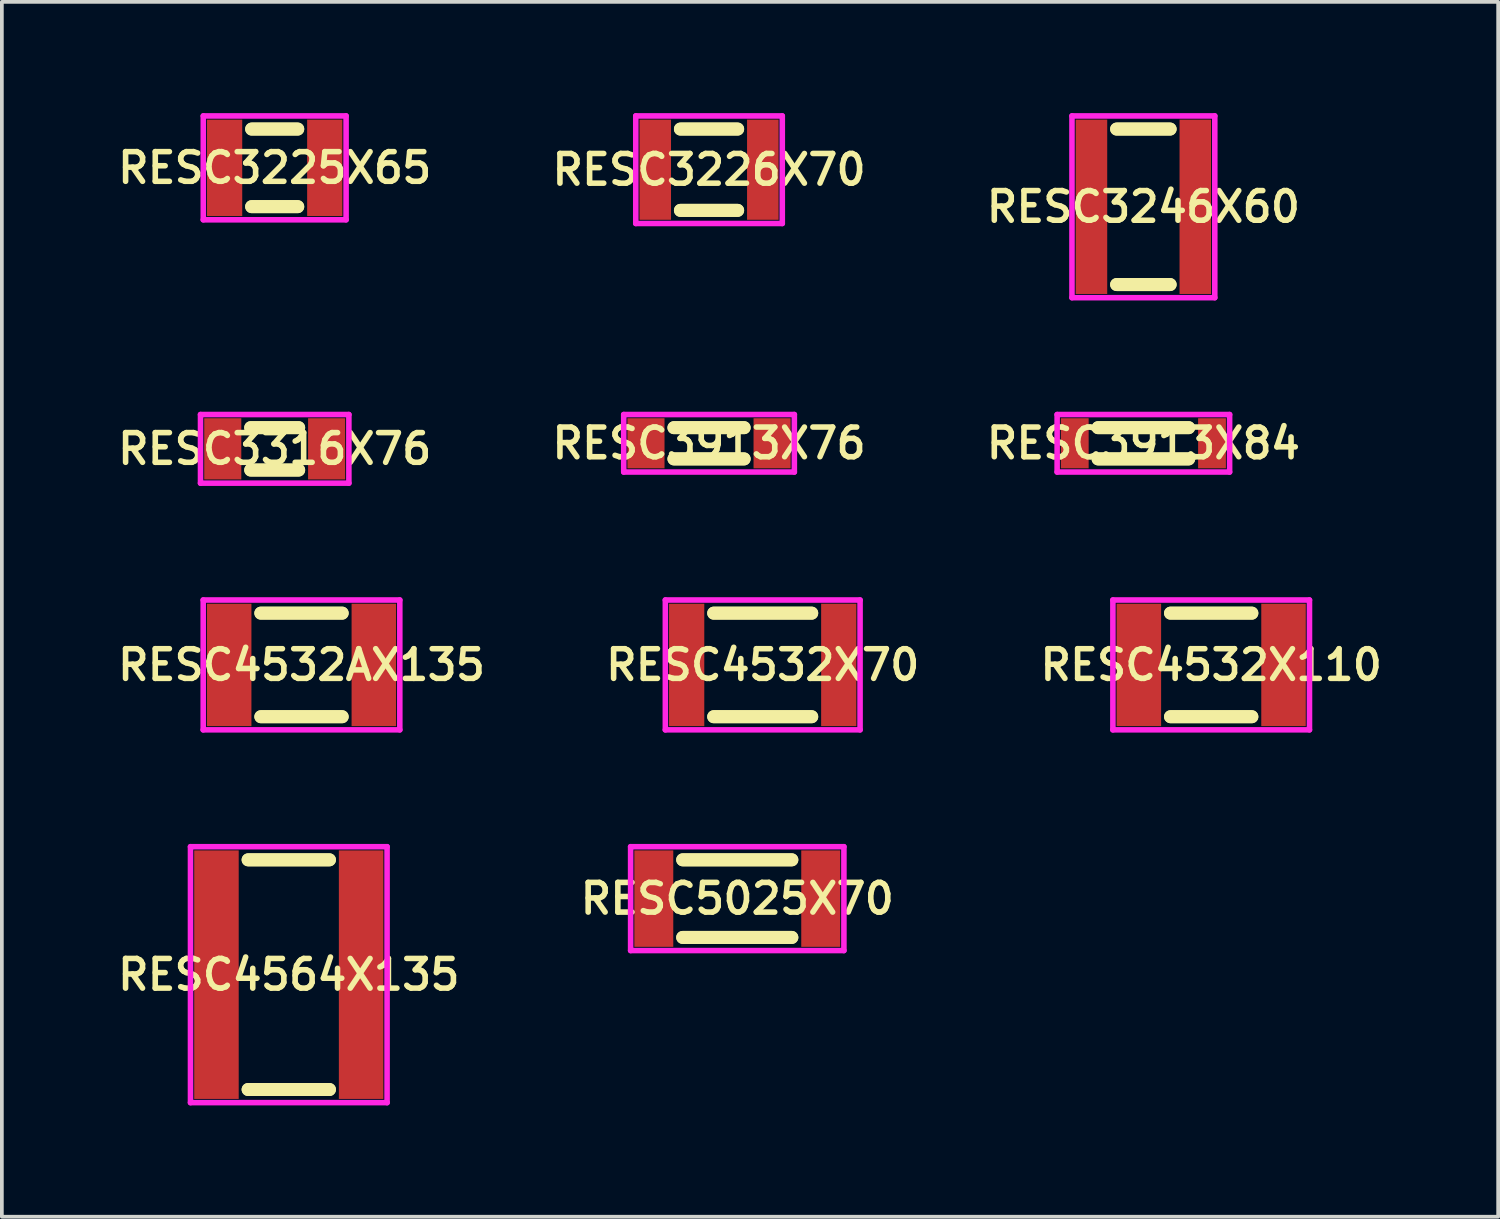
<source format=kicad_pcb>
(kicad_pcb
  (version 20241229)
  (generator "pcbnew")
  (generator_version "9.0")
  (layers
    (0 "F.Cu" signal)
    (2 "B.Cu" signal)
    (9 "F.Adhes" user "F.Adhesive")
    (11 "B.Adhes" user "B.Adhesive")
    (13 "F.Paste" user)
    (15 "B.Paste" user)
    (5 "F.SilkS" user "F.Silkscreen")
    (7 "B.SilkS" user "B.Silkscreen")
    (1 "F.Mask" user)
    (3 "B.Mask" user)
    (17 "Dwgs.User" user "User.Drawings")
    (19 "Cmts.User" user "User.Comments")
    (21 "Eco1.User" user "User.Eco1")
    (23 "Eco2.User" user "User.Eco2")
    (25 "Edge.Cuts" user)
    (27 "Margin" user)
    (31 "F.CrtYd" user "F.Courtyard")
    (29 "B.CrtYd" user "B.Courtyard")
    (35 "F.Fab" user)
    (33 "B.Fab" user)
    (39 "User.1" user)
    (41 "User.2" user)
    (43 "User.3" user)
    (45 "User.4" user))
  (footprint "RESC4532X70"
    (layer "F.Cu")
    (at 17.511 14.875)
    (property "Reference" "RESC4532X70" (at 0 0 0) (layer "F.SilkS") (effects (font (size 0.8 0.8) (thickness 0.15))))
    (attr smd)
    (fp_line (start -1.321 -1.396) (end 1.321 -1.396) (stroke (width 0.35) (type solid)) (layer "F.SilkS"))
    (fp_line (start -1.321 1.396) (end 1.321 1.396) (stroke (width 0.35) (type solid)) (layer "F.SilkS"))
    (fp_line (start 1.321 -1.396) (end -1.321 -1.396) (stroke (width 0.35) (type solid)) (layer "F.SilkS"))
    (fp_line (start 1.321 1.396) (end -1.321 1.396) (stroke (width 0.35) (type solid)) (layer "F.SilkS"))
    (fp_line (start -2.625 -1.75) (end 2.625 -1.75) (stroke (width 0.15) (type solid)) (layer "F.CrtYd"))
    (fp_line (start -2.625 1.75) (end -2.625 -1.75) (stroke (width 0.15) (type solid)) (layer "F.CrtYd"))
    (fp_line (start 2.625 -1.75) (end 2.625 1.75) (stroke (width 0.15) (type solid)) (layer "F.CrtYd"))
    (fp_line (start 2.625 1.75) (end -2.625 1.75) (stroke (width 0.15) (type solid)) (layer "F.CrtYd"))
    (pad "1" smd rect (at -2.05 0) (size 0.95 3.3) (layers "F.Cu" "F.Mask" "F.Paste"))
    (pad "2" smd rect (at 2.05 0) (size 0.95 3.3) (layers "F.Cu" "F.Mask" "F.Paste")))
  (footprint "RESC4564X135"
    (layer "F.Cu")
    (at 4.735 23.225)
    (property "Reference" "RESC4564X135" (at 0 0 0) (layer "F.SilkS") (effects (font (size 0.8 0.8) (thickness 0.15))))
    (attr smd)
    (fp_line (start -1.096 -3.096) (end 1.096 -3.096) (stroke (width 0.35) (type solid)) (layer "F.SilkS"))
    (fp_line (start -1.096 3.096) (end 1.096 3.096) (stroke (width 0.35) (type solid)) (layer "F.SilkS"))
    (fp_line (start 1.096 -3.096) (end -1.096 -3.096) (stroke (width 0.35) (type solid)) (layer "F.SilkS"))
    (fp_line (start 1.096 3.096) (end -1.096 3.096) (stroke (width 0.35) (type solid)) (layer "F.SilkS"))
    (fp_line (start -2.65 -3.45) (end 2.65 -3.45) (stroke (width 0.15) (type solid)) (layer "F.CrtYd"))
    (fp_line (start -2.65 3.45) (end -2.65 -3.45) (stroke (width 0.15) (type solid)) (layer "F.CrtYd"))
    (fp_line (start 2.65 -3.45) (end 2.65 3.45) (stroke (width 0.15) (type solid)) (layer "F.CrtYd"))
    (fp_line (start 2.65 3.45) (end -2.65 3.45) (stroke (width 0.15) (type solid)) (layer "F.CrtYd"))
    (pad "1" smd rect (at -1.95 0) (size 1.2 6.7) (layers "F.Cu" "F.Mask" "F.Paste"))
    (pad "2" smd rect (at 1.95 0) (size 1.2 6.7) (layers "F.Cu" "F.Mask" "F.Paste")))
  (footprint "RESC5025X70"
    (layer "F.Cu")
    (at 16.825 21.175)
    (property "Reference" "RESC5025X70" (at 0 0 0) (layer "F.SilkS") (effects (font (size 0.8 0.8) (thickness 0.15))))
    (attr through_hole)
    (fp_line (start -1.471 -1.046) (end 1.471 -1.046) (stroke (width 0.35) (type solid)) (layer "F.SilkS"))
    (fp_line (start -1.471 1.046) (end 1.471 1.046) (stroke (width 0.35) (type solid)) (layer "F.SilkS"))
    (fp_line (start 1.471 -1.046) (end -1.471 -1.046) (stroke (width 0.35) (type solid)) (layer "F.SilkS"))
    (fp_line (start 1.471 1.046) (end -1.471 1.046) (stroke (width 0.35) (type solid)) (layer "F.SilkS"))
    (fp_line (start -2.875 -1.4) (end 2.875 -1.4) (stroke (width 0.15) (type solid)) (layer "F.CrtYd"))
    (fp_line (start -2.875 1.4) (end -2.875 -1.4) (stroke (width 0.15) (type solid)) (layer "F.CrtYd"))
    (fp_line (start 2.875 -1.4) (end 2.875 1.4) (stroke (width 0.15) (type solid)) (layer "F.CrtYd"))
    (fp_line (start 2.875 1.4) (end -2.875 1.4) (stroke (width 0.15) (type solid)) (layer "F.CrtYd"))
    (pad "1" smd rect (at -2.25 0) (size 1.05 2.6) (layers "F.Cu" "F.Mask" "F.Paste"))
    (pad "2" smd rect (at 2.25 0) (size 1.05 2.6) (layers "F.Cu" "F.Mask" "F.Paste")))
  (footprint "RESC4532AX135"
    (layer "F.Cu")
    (at 5.078 14.875)
    (property "Reference" "RESC4532AX135" (at 0 0 0) (layer "F.SilkS") (effects (font (size 0.8 0.8) (thickness 0.15))))
    (attr smd)
    (fp_line (start -1.096 -1.396) (end 1.096 -1.396) (stroke (width 0.35) (type solid)) (layer "F.SilkS"))
    (fp_line (start -1.096 1.396) (end 1.096 1.396) (stroke (width 0.35) (type solid)) (layer "F.SilkS"))
    (fp_line (start 1.096 -1.396) (end -1.096 -1.396) (stroke (width 0.35) (type solid)) (layer "F.SilkS"))
    (fp_line (start 1.096 1.396) (end -1.096 1.396) (stroke (width 0.35) (type solid)) (layer "F.SilkS"))
    (fp_line (start -2.65 -1.75) (end 2.65 -1.75) (stroke (width 0.15) (type solid)) (layer "F.CrtYd"))
    (fp_line (start -2.65 1.75) (end -2.65 -1.75) (stroke (width 0.15) (type solid)) (layer "F.CrtYd"))
    (fp_line (start 2.65 -1.75) (end 2.65 1.75) (stroke (width 0.15) (type solid)) (layer "F.CrtYd"))
    (fp_line (start 2.65 1.75) (end -2.65 1.75) (stroke (width 0.15) (type solid)) (layer "F.CrtYd"))
    (pad "1" smd rect (at -1.95 0) (size 1.2 3.3) (layers "F.Cu" "F.Mask" "F.Paste"))
    (pad "2" smd rect (at 1.95 0) (size 1.2 3.3) (layers "F.Cu" "F.Mask" "F.Paste")))
  (footprint "RESC3226X70"
    (layer "F.Cu")
    (at 16.064 1.525)
    (property "Reference" "RESC3226X70" (at 0 0 0) (layer "F.SilkS") (effects (font (size 0.8 0.8) (thickness 0.15))))
    (attr smd)
    (fp_line (start -0.771 -1.096) (end 0.771 -1.096) (stroke (width 0.35) (type solid)) (layer "F.SilkS"))
    (fp_line (start -0.771 1.096) (end 0.771 1.096) (stroke (width 0.35) (type solid)) (layer "F.SilkS"))
    (fp_line (start 0.771 -1.096) (end -0.771 -1.096) (stroke (width 0.35) (type solid)) (layer "F.SilkS"))
    (fp_line (start 0.771 1.096) (end -0.771 1.096) (stroke (width 0.35) (type solid)) (layer "F.SilkS"))
    (fp_line (start -1.975 -1.45) (end 1.975 -1.45) (stroke (width 0.15) (type solid)) (layer "F.CrtYd"))
    (fp_line (start -1.975 1.45) (end -1.975 -1.45) (stroke (width 0.15) (type solid)) (layer "F.CrtYd"))
    (fp_line (start 1.975 -1.45) (end 1.975 1.45) (stroke (width 0.15) (type solid)) (layer "F.CrtYd"))
    (fp_line (start 1.975 1.45) (end -1.975 1.45) (stroke (width 0.15) (type solid)) (layer "F.CrtYd"))
    (pad "1" smd rect (at -1.45 0) (size 0.85 2.7) (layers "F.Cu" "F.Mask" "F.Paste"))
    (pad "2" smd rect (at 1.45 0) (size 0.85 2.7) (layers "F.Cu" "F.Mask" "F.Paste")))
  (footprint "RESC3913X76"
    (layer "F.Cu")
    (at 16.064 8.9)
    (property "Reference" "RESC3913X76" (at 0 0 0) (layer "F.SilkS") (effects (font (size 0.8 0.8) (thickness 0.15))))
    (attr smd)
    (fp_line (start -0.946 -0.421) (end 0.946 -0.421) (stroke (width 0.35) (type solid)) (layer "F.SilkS"))
    (fp_line (start -0.946 0.421) (end 0.946 0.421) (stroke (width 0.35) (type solid)) (layer "F.SilkS"))
    (fp_line (start 0.946 -0.421) (end -0.946 -0.421) (stroke (width 0.35) (type solid)) (layer "F.SilkS"))
    (fp_line (start 0.946 0.421) (end -0.946 0.421) (stroke (width 0.35) (type solid)) (layer "F.SilkS"))
    (fp_line (start -2.3 -0.775) (end 2.3 -0.775) (stroke (width 0.15) (type solid)) (layer "F.CrtYd"))
    (fp_line (start -2.3 0.775) (end -2.3 -0.775) (stroke (width 0.15) (type solid)) (layer "F.CrtYd"))
    (fp_line (start 2.3 -0.775) (end 2.3 0.775) (stroke (width 0.15) (type solid)) (layer "F.CrtYd"))
    (fp_line (start 2.3 0.775) (end -2.3 0.775) (stroke (width 0.15) (type solid)) (layer "F.CrtYd"))
    (pad "1" smd rect (at -1.7 0) (size 1 1.35) (layers "F.Cu" "F.Mask" "F.Paste"))
    (pad "2" smd rect (at 1.7 0) (size 1 1.35) (layers "F.Cu" "F.Mask" "F.Paste")))
  (footprint "RESC4532X110"
    (layer "F.Cu")
    (at 29.601 14.875)
    (property "Reference" "RESC4532X110" (at 0 0 0) (layer "F.SilkS") (effects (font (size 0.8 0.8) (thickness 0.15))))
    (attr smd)
    (fp_line (start -1.096 -1.396) (end 1.096 -1.396) (stroke (width 0.35) (type solid)) (layer "F.SilkS"))
    (fp_line (start -1.096 1.396) (end 1.096 1.396) (stroke (width 0.35) (type solid)) (layer "F.SilkS"))
    (fp_line (start 1.096 -1.396) (end -1.096 -1.396) (stroke (width 0.35) (type solid)) (layer "F.SilkS"))
    (fp_line (start 1.096 1.396) (end -1.096 1.396) (stroke (width 0.35) (type solid)) (layer "F.SilkS"))
    (fp_line (start -2.65 -1.75) (end 2.65 -1.75) (stroke (width 0.15) (type solid)) (layer "F.CrtYd"))
    (fp_line (start -2.65 1.75) (end -2.65 -1.75) (stroke (width 0.15) (type solid)) (layer "F.CrtYd"))
    (fp_line (start 2.65 -1.75) (end 2.65 1.75) (stroke (width 0.15) (type solid)) (layer "F.CrtYd"))
    (fp_line (start 2.65 1.75) (end -2.65 1.75) (stroke (width 0.15) (type solid)) (layer "F.CrtYd"))
    (pad "1" smd rect (at -1.95 0) (size 1.2 3.3) (layers "F.Cu" "F.Mask" "F.Paste"))
    (pad "2" smd rect (at 1.95 0) (size 1.2 3.3) (layers "F.Cu" "F.Mask" "F.Paste")))
  (footprint "RESC3913X84"
    (layer "F.Cu")
    (at 27.773 8.9)
    (property "Reference" "RESC3913X84" (at 0 0 0) (layer "F.SilkS") (effects (font (size 0.8 0.8) (thickness 0.15))))
    (attr through_hole)
    (fp_line (start -1.221 -0.421) (end 1.221 -0.421) (stroke (width 0.35) (type solid)) (layer "F.SilkS"))
    (fp_line (start -1.221 0.421) (end 1.221 0.421) (stroke (width 0.35) (type solid)) (layer "F.SilkS"))
    (fp_line (start 1.221 -0.421) (end -1.221 -0.421) (stroke (width 0.35) (type solid)) (layer "F.SilkS"))
    (fp_line (start 1.221 0.421) (end -1.221 0.421) (stroke (width 0.35) (type solid)) (layer "F.SilkS"))
    (fp_line (start -2.325 -0.775) (end 2.325 -0.775) (stroke (width 0.15) (type solid)) (layer "F.CrtYd"))
    (fp_line (start -2.325 0.775) (end -2.325 -0.775) (stroke (width 0.15) (type solid)) (layer "F.CrtYd"))
    (fp_line (start 2.325 -0.775) (end 2.325 0.775) (stroke (width 0.15) (type solid)) (layer "F.CrtYd"))
    (fp_line (start 2.325 0.775) (end -2.325 0.775) (stroke (width 0.15) (type solid)) (layer "F.CrtYd"))
    (pad "1" smd rect (at -1.85 0) (size 0.75 1.35) (layers "F.Cu" "F.Mask" "F.Paste"))
    (pad "2" smd rect (at 1.85 0) (size 0.75 1.35) (layers "F.Cu" "F.Mask" "F.Paste")))
  (footprint "RESC3246X60"
    (layer "F.Cu")
    (at 27.773 2.525)
    (property "Reference" "RESC3246X60" (at 0 0 0) (layer "F.SilkS") (effects (font (size 0.8 0.8) (thickness 0.15))))
    (attr smd)
    (fp_line (start -0.721 -2.096) (end 0.721 -2.096) (stroke (width 0.35) (type solid)) (layer "F.SilkS"))
    (fp_line (start -0.721 2.096) (end 0.721 2.096) (stroke (width 0.35) (type solid)) (layer "F.SilkS"))
    (fp_line (start 0.721 -2.096) (end -0.721 -2.096) (stroke (width 0.35) (type solid)) (layer "F.SilkS"))
    (fp_line (start 0.721 2.096) (end -0.721 2.096) (stroke (width 0.35) (type solid)) (layer "F.SilkS"))
    (fp_line (start -1.925 -2.45) (end 1.925 -2.45) (stroke (width 0.15) (type solid)) (layer "F.CrtYd"))
    (fp_line (start -1.925 2.45) (end -1.925 -2.45) (stroke (width 0.15) (type solid)) (layer "F.CrtYd"))
    (fp_line (start 1.925 -2.45) (end 1.925 2.45) (stroke (width 0.15) (type solid)) (layer "F.CrtYd"))
    (fp_line (start 1.925 2.45) (end -1.925 2.45) (stroke (width 0.15) (type solid)) (layer "F.CrtYd"))
    (pad "1" smd rect (at -1.4 0) (size 0.85 4.7) (layers "F.Cu" "F.Mask" "F.Paste"))
    (pad "2" smd rect (at 1.4 0) (size 0.85 4.7) (layers "F.Cu" "F.Mask" "F.Paste")))
  (footprint "RESC3225X65"
    (layer "F.Cu")
    (at 4.355 1.475)
    (property "Reference" "RESC3225X65" (at 0 0 0) (layer "F.SilkS") (effects (font (size 0.8 0.8) (thickness 0.15))))
    (attr through_hole)
    (fp_line (start -0.621 -1.046) (end 0.621 -1.046) (stroke (width 0.35) (type solid)) (layer "F.SilkS"))
    (fp_line (start -0.621 1.046) (end 0.621 1.046) (stroke (width 0.35) (type solid)) (layer "F.SilkS"))
    (fp_line (start 0.621 -1.046) (end -0.621 -1.046) (stroke (width 0.35) (type solid)) (layer "F.SilkS"))
    (fp_line (start 0.621 1.046) (end -0.621 1.046) (stroke (width 0.35) (type solid)) (layer "F.SilkS"))
    (fp_line (start -1.925 -1.4) (end 1.925 -1.4) (stroke (width 0.15) (type solid)) (layer "F.CrtYd"))
    (fp_line (start -1.925 1.4) (end -1.925 -1.4) (stroke (width 0.15) (type solid)) (layer "F.CrtYd"))
    (fp_line (start 1.925 -1.4) (end 1.925 1.4) (stroke (width 0.15) (type solid)) (layer "F.CrtYd"))
    (fp_line (start 1.925 1.4) (end -1.925 1.4) (stroke (width 0.15) (type solid)) (layer "F.CrtYd"))
    (pad "1" smd rect (at -1.35 0) (size 0.95 2.6) (layers "F.Cu" "F.Mask" "F.Paste"))
    (pad "2" smd rect (at 1.35 0) (size 0.95 2.6) (layers "F.Cu" "F.Mask" "F.Paste")))
  (footprint "RESC3316X76"
    (layer "F.Cu")
    (at 4.355 9.05)
    (property "Reference" "RESC3316X76" (at 0 0 0) (layer "F.SilkS") (effects (font (size 0.8 0.8) (thickness 0.15))))
    (attr smd)
    (fp_line (start -0.646 -0.571) (end 0.646 -0.571) (stroke (width 0.35) (type solid)) (layer "F.SilkS"))
    (fp_line (start -0.646 0.571) (end 0.646 0.571) (stroke (width 0.35) (type solid)) (layer "F.SilkS"))
    (fp_line (start 0.646 -0.571) (end -0.646 -0.571) (stroke (width 0.35) (type solid)) (layer "F.SilkS"))
    (fp_line (start 0.646 0.571) (end -0.646 0.571) (stroke (width 0.35) (type solid)) (layer "F.SilkS"))
    (fp_line (start -2 -0.925) (end 2 -0.925) (stroke (width 0.15) (type solid)) (layer "F.CrtYd"))
    (fp_line (start -2 0.925) (end -2 -0.925) (stroke (width 0.15) (type solid)) (layer "F.CrtYd"))
    (fp_line (start 2 -0.925) (end 2 0.925) (stroke (width 0.15) (type solid)) (layer "F.CrtYd"))
    (fp_line (start 2 0.925) (end -2 0.925) (stroke (width 0.15) (type solid)) (layer "F.CrtYd"))
    (pad "1" smd rect (at -1.4 0) (size 1 1.65) (layers "F.Cu" "F.Mask" "F.Paste"))
    (pad "2" smd rect (at 1.4 0) (size 1 1.65) (layers "F.Cu" "F.Mask" "F.Paste")))
  (gr_rect
    (start -3 -3)
    (end 37.337 29.75)
    (stroke (width 0.1) (type default))
    (fill no)
    (layer "Edge.Cuts")))
</source>
